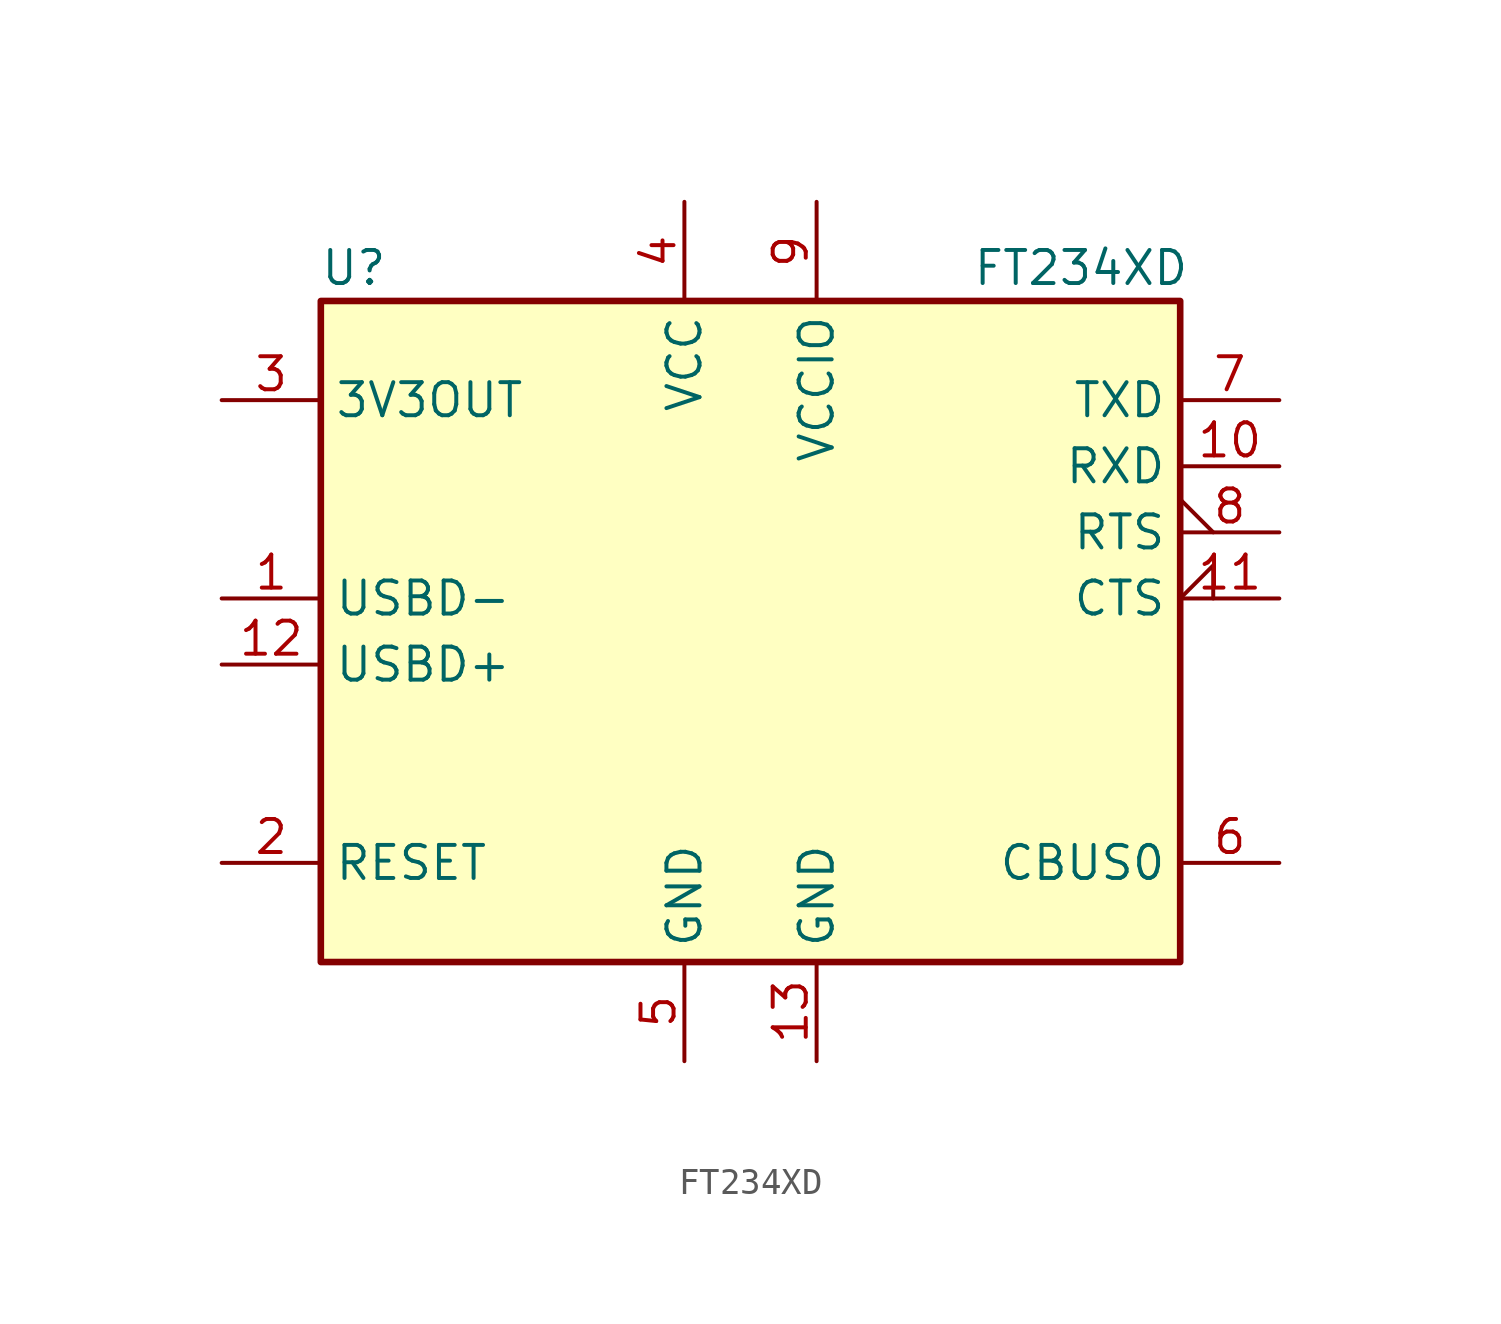
<source format=kicad_sym>
(kicad_symbol_lib
  (version 20211014)
  (generator kicad_symbol_editor)
  (symbol "FT234XD"
    (property "Reference" "U"
      (at -15.24 22.86 0)
      (effects (font (size 1.27 1.27))))
    (property "Value" "FT234XD"
      (at 12.7 22.86 0)
      (effects (font (size 1.27 1.27))))
    (symbol "FT234XD_0_1"
      (rectangle (start -16.51 21.59) (end 16.51 -3.81) (stroke (width 0.254) (type default) (color 0 0 0 0)) (fill (type background))))
    (symbol "FT234XD_1_1"
      (pin bidirectional line (at -20.32 10.16 0) (length 3.81) (name "USBD-" (effects (font (size 1.27 1.27)))) (number "1" (effects (font (size 1.27 1.27)))))
      (pin input line (at 20.32 15.24 180) (length 3.81) (name "RXD" (effects (font (size 1.27 1.27)))) (number "10" (effects (font (size 1.27 1.27)))))
      (pin input input_low (at 20.32 10.16 180) (length 3.81) (name "CTS" (effects (font (size 1.27 1.27)))) (number "11" (effects (font (size 1.27 1.27)))))
      (pin bidirectional line (at -20.32 7.62 0) (length 3.81) (name "USBD+" (effects (font (size 1.27 1.27)))) (number "12" (effects (font (size 1.27 1.27)))))
      (pin power_in line (at 2.54 -7.62 90) (length 3.81) (name "GND" (effects (font (size 1.27 1.27)))) (number "13" (effects (font (size 1.27 1.27)))))
      (pin input line (at -20.32 0 0) (length 3.81) (name "RESET" (effects (font (size 1.27 1.27)))) (number "2" (effects (font (size 1.27 1.27)))))
      (pin power_out line (at -20.32 17.78 0) (length 3.81) (name "3V3OUT" (effects (font (size 1.27 1.27)))) (number "3" (effects (font (size 1.27 1.27)))))
      (pin power_in line (at -2.54 25.4 270) (length 3.81) (name "VCC" (effects (font (size 1.27 1.27)))) (number "4" (effects (font (size 1.27 1.27)))))
      (pin power_in line (at -2.54 -7.62 90) (length 3.81) (name "GND" (effects (font (size 1.27 1.27)))) (number "5" (effects (font (size 1.27 1.27)))))
      (pin bidirectional line (at 20.32 0 180) (length 3.81) (name "CBUS0" (effects (font (size 1.27 1.27)))) (number "6" (effects (font (size 1.27 1.27)))))
      (pin output line (at 20.32 17.78 180) (length 3.81) (name "TXD" (effects (font (size 1.27 1.27)))) (number "7" (effects (font (size 1.27 1.27)))))
      (pin output output_low (at 20.32 12.7 180) (length 3.81) (name "RTS" (effects (font (size 1.27 1.27)))) (number "8" (effects (font (size 1.27 1.27)))))
      (pin power_in line (at 2.54 25.4 270) (length 3.81) (name "VCCIO" (effects (font (size 1.27 1.27)))) (number "9" (effects (font (size 1.27 1.27))))))))
</source>
